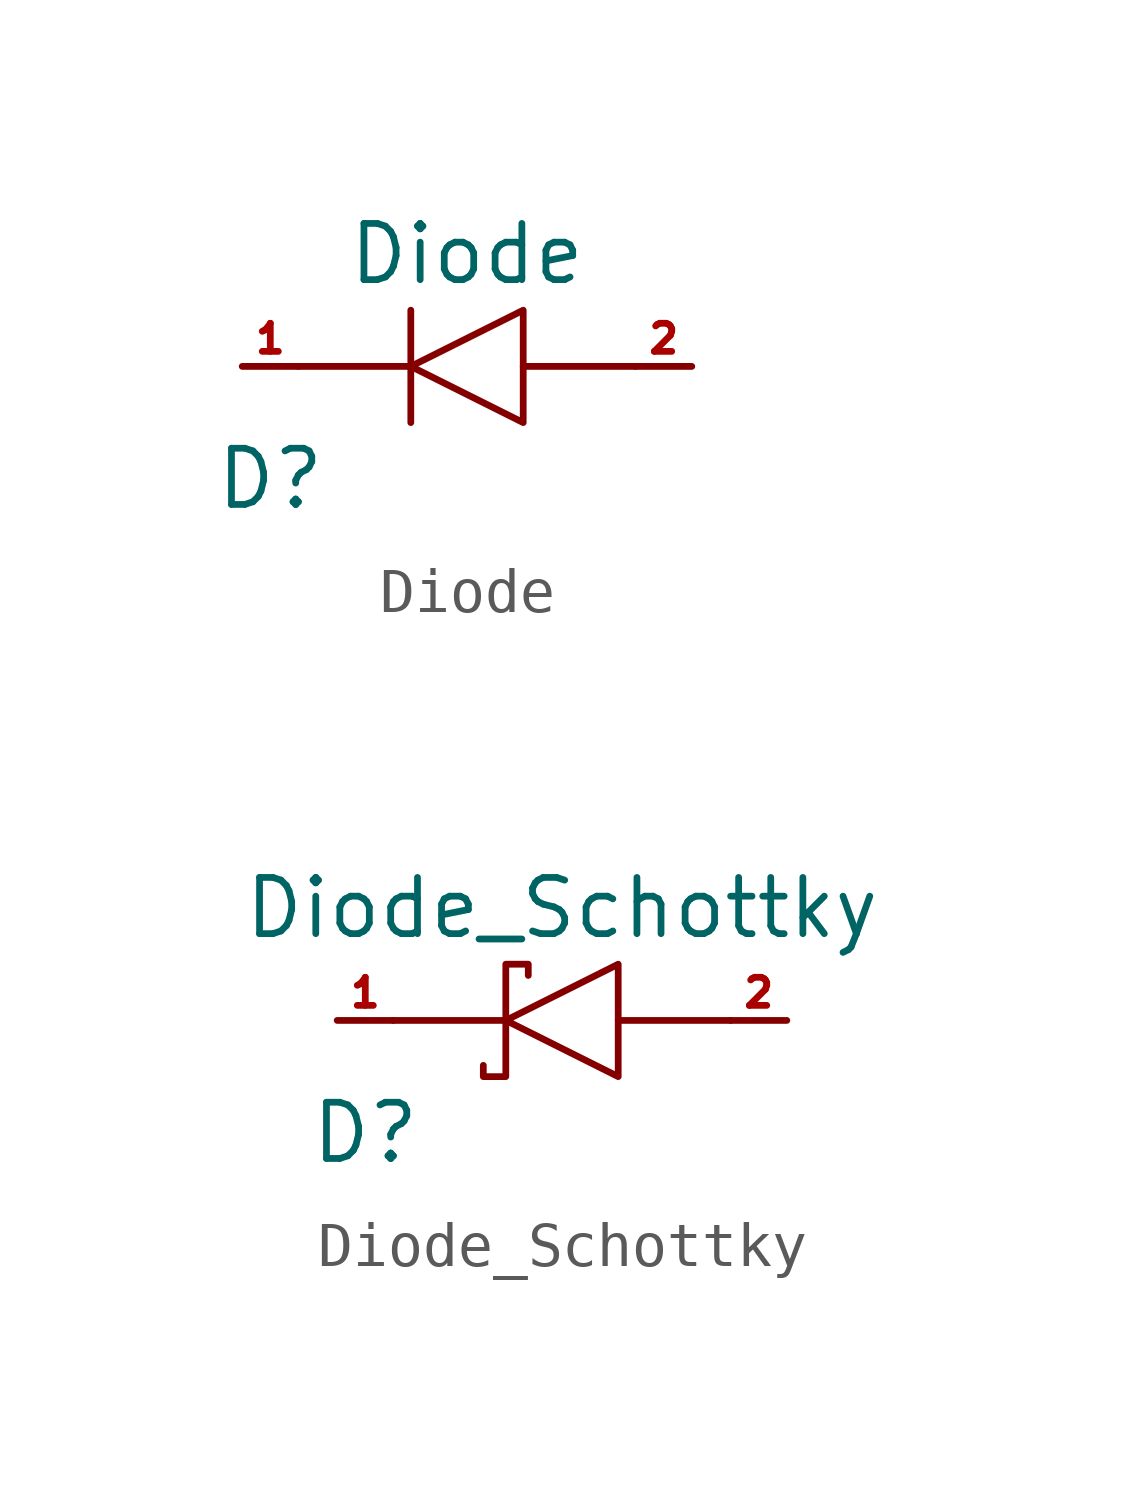
<source format=kicad_sym>
(kicad_symbol_lib
  (version 20211014)
  (generator kicad_symbol_editor)
  (symbol "Diode"
    (pin_names
      (offset 1.016) hide)
    (property "Reference" "D"
      (at -4.445 -2.54 0)
      (effects (font (size 1.27 1.27))))
    (property "Value" "Diode"
      (at 0 2.54 0)
      (effects (font (size 1.27 1.27))))
    (symbol "Diode_0_1"
      (polyline (pts (xy -3.81 0) (xy -1.27 0)) (stroke (width 0) (type default) (color 0 0 0 0)) (fill (type none)))
      (polyline (pts (xy -1.27 1.27) (xy -1.27 -1.27)) (stroke (width 0) (type default) (color 0 0 0 0)) (fill (type none)))
      (polyline (pts (xy 1.27 0) (xy 3.81 0)) (stroke (width 0) (type default) (color 0 0 0 0)) (fill (type none)))
      (polyline (pts (xy 1.27 1.27) (xy -1.27 0) (xy 1.27 -1.27) (xy 1.27 1.27)) (stroke (width 0) (type default) (color 0 0 0 0)) (fill (type none))))
    (symbol "Diode_1_1"
      (pin passive line (at -5.08 0 0) (length 1.27) (name "Cathode" (effects (font (size 0.635 0.635)))) (number "1" (effects (font (size 0.635 0.635)))))
      (pin passive line (at 5.08 0 180) (length 1.27) (name "Anode" (effects (font (size 0.635 0.635)))) (number "2" (effects (font (size 0.635 0.635)))))))
  (symbol "Diode_Schottky"
    (pin_names
      (offset 1.016) hide)
    (property "Reference" "D"
      (at -4.445 -2.54 0)
      (effects (font (size 1.27 1.27))))
    (property "Value" "Diode_Schottky"
      (at 0 2.54 0)
      (effects (font (size 1.27 1.27))))
    (symbol "Diode_Schottky_0_1"
      (polyline (pts (xy -0.762 1.016) (xy -0.762 1.27) (xy -1.27 1.27) (xy -1.27 -1.27) (xy -1.778 -1.27) (xy -1.778 -1.016)) (stroke (width 0) (type default) (color 0 0 0 0)) (fill (type none))))
    (symbol "Diode_Schottky_1_1"
      (polyline (pts (xy -3.81 0) (xy -1.27 0)) (stroke (width 0) (type default) (color 0 0 0 0)) (fill (type none)))
      (polyline (pts (xy 1.27 0) (xy 3.81 0)) (stroke (width 0) (type default) (color 0 0 0 0)) (fill (type none)))
      (polyline (pts (xy 1.27 1.27) (xy -1.27 0) (xy 1.27 -1.27) (xy 1.27 1.27)) (stroke (width 0) (type default) (color 0 0 0 0)) (fill (type none)))
      (pin passive line (at -5.08 0 0) (length 1.27) (name "Cathode" (effects (font (size 0.635 0.635)))) (number "1" (effects (font (size 0.635 0.635)))))
      (pin passive line (at 5.08 0 180) (length 1.27) (name "Anode" (effects (font (size 0.635 0.635)))) (number "2" (effects (font (size 0.635 0.635))))))))
</source>
